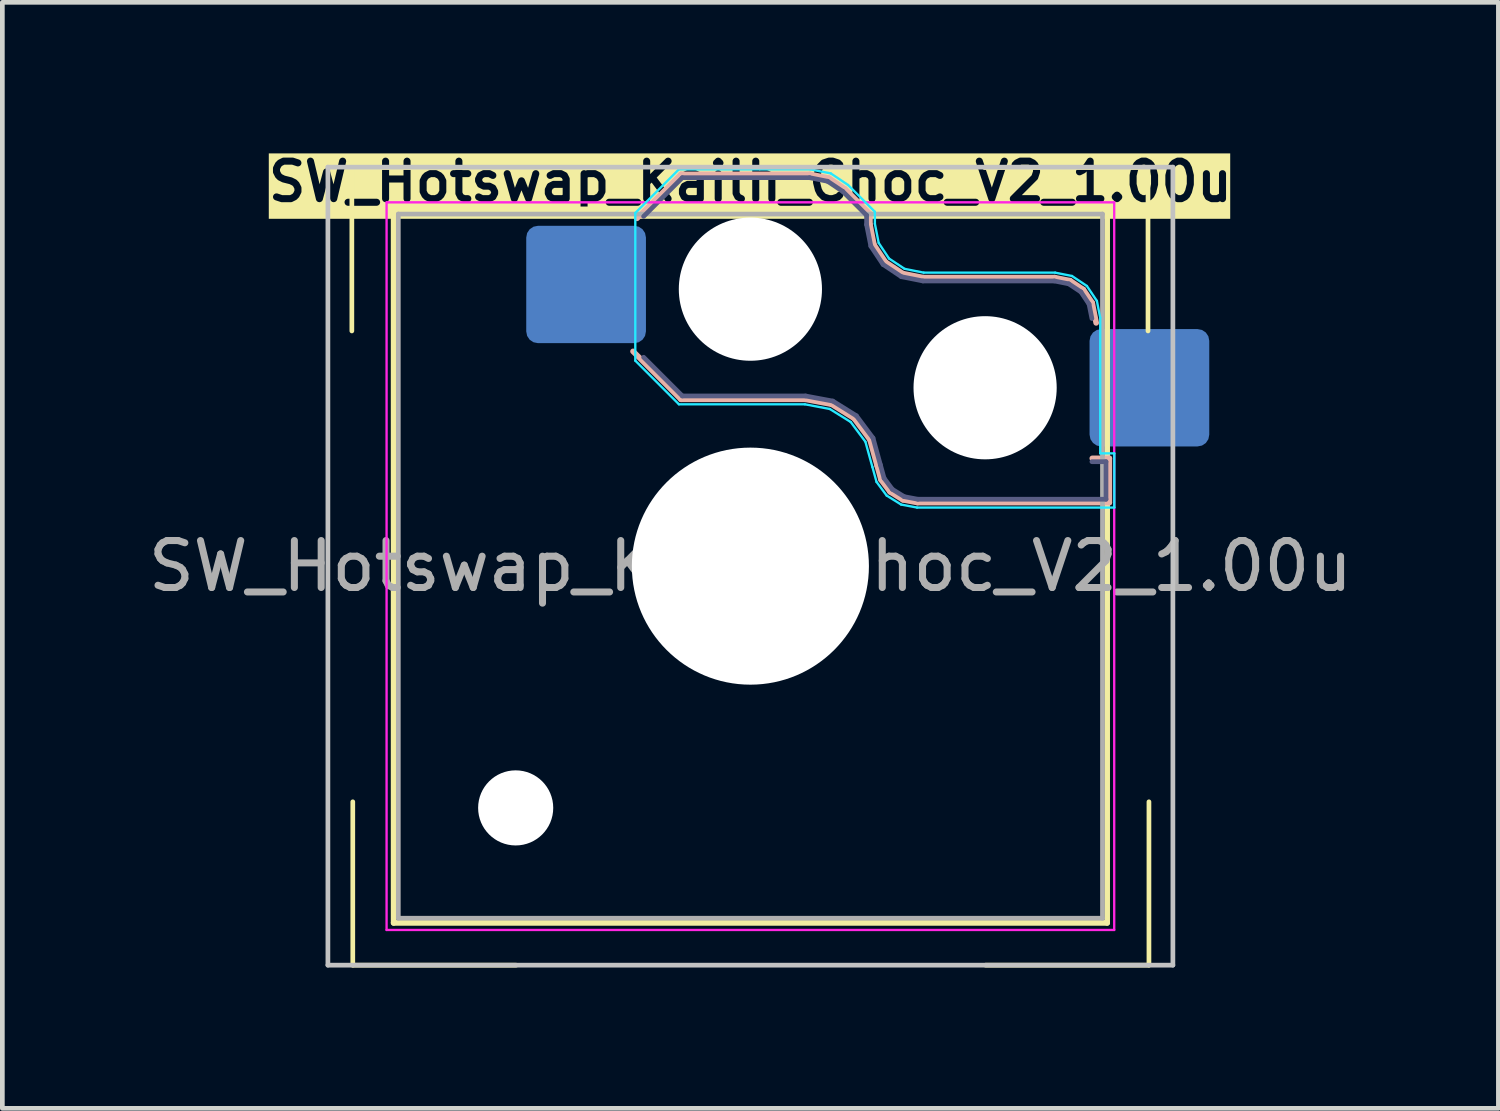
<source format=kicad_pcb>
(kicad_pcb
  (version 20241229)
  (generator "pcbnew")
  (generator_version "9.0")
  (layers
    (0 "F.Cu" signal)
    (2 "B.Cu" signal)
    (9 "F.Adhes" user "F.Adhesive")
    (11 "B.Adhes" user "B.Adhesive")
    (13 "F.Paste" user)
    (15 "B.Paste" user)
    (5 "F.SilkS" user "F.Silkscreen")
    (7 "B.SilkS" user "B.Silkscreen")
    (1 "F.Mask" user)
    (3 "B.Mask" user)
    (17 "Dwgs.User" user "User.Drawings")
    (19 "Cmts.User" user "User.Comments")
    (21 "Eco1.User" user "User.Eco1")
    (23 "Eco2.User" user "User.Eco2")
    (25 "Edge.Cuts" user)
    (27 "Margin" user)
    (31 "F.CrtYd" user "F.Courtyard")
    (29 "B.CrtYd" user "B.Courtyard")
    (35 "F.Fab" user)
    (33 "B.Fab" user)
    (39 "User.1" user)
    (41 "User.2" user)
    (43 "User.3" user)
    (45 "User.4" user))
  (footprint "SW_Hotswap_Kailh_Choc_V2_1.00u"
    (layer "F.Cu")
    (at 12.935 9.01)
    (property "Reference" "SW_Hotswap_Kailh_Choc_V2_1.00u" (at 0 -8.19 0) (layer "F.SilkS" knockout) (effects (font (size 0.8 0.8) (thickness 0.15))))
    (attr smd)
    (fp_line (start -8.49 -8.49) (end -5.01 -8.49) (stroke (width 0.1) (type default)) (layer "F.SilkS"))
    (fp_line (start -8.49 -5.01) (end -8.49 -8.49) (stroke (width 0.1) (type default)) (layer "F.SilkS"))
    (fp_line (start -8.47 5.02) (end -8.47 8.5) (stroke (width 0.1) (type default)) (layer "F.SilkS"))
    (fp_line (start -8.47 8.5) (end -4.99 8.5) (stroke (width 0.1) (type default)) (layer "F.SilkS"))
    (fp_line (start -7.6 -7.6) (end -7.6 7.6) (stroke (width 0.12) (type solid)) (layer "F.SilkS"))
    (fp_line (start -7.6 7.6) (end 7.6 7.6) (stroke (width 0.12) (type solid)) (layer "F.SilkS"))
    (fp_line (start 7.6 -7.6) (end -7.6 -7.6) (stroke (width 0.12) (type solid)) (layer "F.SilkS"))
    (fp_line (start 7.6 7.6) (end 7.6 -7.6) (stroke (width 0.12) (type solid)) (layer "F.SilkS"))
    (fp_line (start 8.47 -8.49) (end 4.99 -8.49) (stroke (width 0.1) (type default)) (layer "F.SilkS"))
    (fp_line (start 8.47 -5.01) (end 8.47 -8.49) (stroke (width 0.1) (type default)) (layer "F.SilkS"))
    (fp_line (start 8.49 5.02) (end 8.49 8.5) (stroke (width 0.1) (type default)) (layer "F.SilkS"))
    (fp_line (start 8.49 8.5) (end 5.01 8.5) (stroke (width 0.1) (type default)) (layer "F.SilkS"))
    (fp_line (start -2.416 -7.409) (end -1.479 -8.346) (stroke (width 0.12) (type solid)) (layer "B.SilkS"))
    (fp_line (start -1.479 -8.346) (end 1.268 -8.346) (stroke (width 0.12) (type solid)) (layer "B.SilkS"))
    (fp_line (start -1.479 -3.554) (end -2.5 -4.575) (stroke (width 0.12) (type solid)) (layer "B.SilkS"))
    (fp_line (start 1.168 -3.554) (end -1.479 -3.554) (stroke (width 0.12) (type solid)) (layer "B.SilkS"))
    (fp_line (start 1.268 -8.346) (end 1.671 -8.266) (stroke (width 0.12) (type solid)) (layer "B.SilkS"))
    (fp_line (start 1.671 -8.266) (end 2.013 -8.037) (stroke (width 0.12) (type solid)) (layer "B.SilkS"))
    (fp_line (start 1.73 -3.449) (end 1.168 -3.554) (stroke (width 0.12) (type solid)) (layer "B.SilkS"))
    (fp_line (start 2.013 -8.037) (end 2.546 -7.504) (stroke (width 0.12) (type solid)) (layer "B.SilkS"))
    (fp_line (start 2.209 -3.15) (end 1.73 -3.449) (stroke (width 0.12) (type solid)) (layer "B.SilkS"))
    (fp_line (start 2.546 -7.504) (end 2.546 -7.282) (stroke (width 0.12) (type solid)) (layer "B.SilkS"))
    (fp_line (start 2.546 -7.282) (end 2.633 -6.844) (stroke (width 0.12) (type solid)) (layer "B.SilkS"))
    (fp_line (start 2.547 -2.697) (end 2.209 -3.15) (stroke (width 0.12) (type solid)) (layer "B.SilkS"))
    (fp_line (start 2.633 -6.844) (end 2.877 -6.477) (stroke (width 0.12) (type solid)) (layer "B.SilkS"))
    (fp_line (start 2.701 -2.139) (end 2.547 -2.697) (stroke (width 0.12) (type solid)) (layer "B.SilkS"))
    (fp_line (start 2.783 -1.841) (end 2.701 -2.139) (stroke (width 0.12) (type solid)) (layer "B.SilkS"))
    (fp_line (start 2.877 -6.477) (end 3.244 -6.233) (stroke (width 0.12) (type solid)) (layer "B.SilkS"))
    (fp_line (start 2.976 -1.583) (end 2.783 -1.841) (stroke (width 0.12) (type solid)) (layer "B.SilkS"))
    (fp_line (start 3.244 -6.233) (end 3.682 -6.146) (stroke (width 0.12) (type solid)) (layer "B.SilkS"))
    (fp_line (start 3.25 -1.413) (end 2.976 -1.583) (stroke (width 0.12) (type solid)) (layer "B.SilkS"))
    (fp_line (start 3.56 -1.354) (end 3.25 -1.413) (stroke (width 0.12) (type solid)) (layer "B.SilkS"))
    (fp_line (start 3.682 -6.146) (end 6.482 -6.146) (stroke (width 0.12) (type solid)) (layer "B.SilkS"))
    (fp_line (start 6.482 -6.146) (end 6.809 -6.081) (stroke (width 0.12) (type solid)) (layer "B.SilkS"))
    (fp_line (start 6.809 -6.081) (end 7.092 -5.892) (stroke (width 0.12) (type solid)) (layer "B.SilkS"))
    (fp_line (start 7.092 -5.892) (end 7.281 -5.609) (stroke (width 0.12) (type solid)) (layer "B.SilkS"))
    (fp_line (start 7.281 -5.609) (end 7.366 -5.182) (stroke (width 0.12) (type solid)) (layer "B.SilkS"))
    (fp_line (start 7.283 -2.296) (end 7.646 -2.296) (stroke (width 0.12) (type solid)) (layer "B.SilkS"))
    (fp_line (start 7.646 -2.296) (end 7.646 -1.354) (stroke (width 0.12) (type solid)) (layer "B.SilkS"))
    (fp_line (start 7.646 -1.354) (end 3.56 -1.354) (stroke (width 0.12) (type solid)) (layer "B.SilkS"))
    (fp_line (start -9 -8.5) (end -9 8.5) (stroke (width 0.1) (type solid)) (layer "Dwgs.User"))
    (fp_line (start -9 8.5) (end 9 8.5) (stroke (width 0.1) (type solid)) (layer "Dwgs.User"))
    (fp_line (start 9 -8.5) (end -9 -8.5) (stroke (width 0.1) (type solid)) (layer "Dwgs.User"))
    (fp_line (start 9 8.5) (end 9 -8.5) (stroke (width 0.1) (type solid)) (layer "Dwgs.User"))
    (fp_line (start -7.25 -7.25) (end -7.25 7.25) (stroke (width 0.1) (type solid)) (layer "Eco1.User"))
    (fp_line (start -7.25 7.25) (end 7.25 7.25) (stroke (width 0.1) (type solid)) (layer "Eco1.User"))
    (fp_line (start 7.25 -7.25) (end -7.25 -7.25) (stroke (width 0.1) (type solid)) (layer "Eco1.User"))
    (fp_line (start 7.25 7.25) (end 7.25 -7.25) (stroke (width 0.1) (type solid)) (layer "Eco1.User"))
    (fp_line (start -2.452 -7.523) (end -1.523 -8.452) (stroke (width 0.05) (type solid)) (layer "B.CrtYd"))
    (fp_line (start -2.452 -4.377) (end -2.452 -7.523) (stroke (width 0.05) (type solid)) (layer "B.CrtYd"))
    (fp_line (start -1.523 -8.452) (end 1.278 -8.452) (stroke (width 0.05) (type solid)) (layer "B.CrtYd"))
    (fp_line (start -1.523 -3.448) (end -2.452 -4.377) (stroke (width 0.05) (type solid)) (layer "B.CrtYd"))
    (fp_line (start 1.159 -3.448) (end -1.523 -3.448) (stroke (width 0.05) (type solid)) (layer "B.CrtYd"))
    (fp_line (start 1.278 -8.452) (end 1.712 -8.366) (stroke (width 0.05) (type solid)) (layer "B.CrtYd"))
    (fp_line (start 1.691 -3.348) (end 1.159 -3.448) (stroke (width 0.05) (type solid)) (layer "B.CrtYd"))
    (fp_line (start 1.712 -8.366) (end 2.081 -8.119) (stroke (width 0.05) (type solid)) (layer "B.CrtYd"))
    (fp_line (start 2.081 -8.119) (end 2.652 -7.548) (stroke (width 0.05) (type solid)) (layer "B.CrtYd"))
    (fp_line (start 2.136 -3.071) (end 1.691 -3.348) (stroke (width 0.05) (type solid)) (layer "B.CrtYd"))
    (fp_line (start 2.45 -2.65) (end 2.136 -3.071) (stroke (width 0.05) (type solid)) (layer "B.CrtYd"))
    (fp_line (start 2.599 -2.111) (end 2.45 -2.65) (stroke (width 0.05) (type solid)) (layer "B.CrtYd"))
    (fp_line (start 2.652 -7.548) (end 2.652 -7.292) (stroke (width 0.05) (type solid)) (layer "B.CrtYd"))
    (fp_line (start 2.652 -7.292) (end 2.733 -6.885) (stroke (width 0.05) (type solid)) (layer "B.CrtYd"))
    (fp_line (start 2.687 -1.794) (end 2.599 -2.111) (stroke (width 0.05) (type solid)) (layer "B.CrtYd"))
    (fp_line (start 2.733 -6.885) (end 2.953 -6.553) (stroke (width 0.05) (type solid)) (layer "B.CrtYd"))
    (fp_line (start 2.903 -1.503) (end 2.687 -1.794) (stroke (width 0.05) (type solid)) (layer "B.CrtYd"))
    (fp_line (start 2.953 -6.553) (end 3.285 -6.333) (stroke (width 0.05) (type solid)) (layer "B.CrtYd"))
    (fp_line (start 3.211 -1.312) (end 2.903 -1.503) (stroke (width 0.05) (type solid)) (layer "B.CrtYd"))
    (fp_line (start 3.285 -6.333) (end 3.692 -6.252) (stroke (width 0.05) (type solid)) (layer "B.CrtYd"))
    (fp_line (start 3.55 -1.248) (end 3.211 -1.312) (stroke (width 0.05) (type solid)) (layer "B.CrtYd"))
    (fp_line (start 3.692 -6.252) (end 6.492 -6.252) (stroke (width 0.05) (type solid)) (layer "B.CrtYd"))
    (fp_line (start 6.492 -6.252) (end 6.85 -6.181) (stroke (width 0.05) (type solid)) (layer "B.CrtYd"))
    (fp_line (start 6.85 -6.181) (end 7.168 -5.968) (stroke (width 0.05) (type solid)) (layer "B.CrtYd"))
    (fp_line (start 7.168 -5.968) (end 7.381 -5.65) (stroke (width 0.05) (type solid)) (layer "B.CrtYd"))
    (fp_line (start 7.381 -5.65) (end 7.452 -5.292) (stroke (width 0.05) (type solid)) (layer "B.CrtYd"))
    (fp_line (start 7.452 -5.292) (end 7.452 -2.402) (stroke (width 0.05) (type solid)) (layer "B.CrtYd"))
    (fp_line (start 7.452 -2.402) (end 7.752 -2.402) (stroke (width 0.05) (type solid)) (layer "B.CrtYd"))
    (fp_line (start 7.752 -2.402) (end 7.752 -1.248) (stroke (width 0.05) (type solid)) (layer "B.CrtYd"))
    (fp_line (start 7.752 -1.248) (end 3.55 -1.248) (stroke (width 0.05) (type solid)) (layer "B.CrtYd"))
    (fp_line (start -7.75 -7.75) (end -7.75 7.75) (stroke (width 0.05) (type solid)) (layer "F.CrtYd"))
    (fp_line (start -7.75 7.75) (end 7.75 7.75) (stroke (width 0.05) (type solid)) (layer "F.CrtYd"))
    (fp_line (start 7.75 -7.75) (end -7.75 -7.75) (stroke (width 0.05) (type solid)) (layer "F.CrtYd"))
    (fp_line (start 7.75 7.75) (end 7.75 -7.75) (stroke (width 0.05) (type solid)) (layer "F.CrtYd"))
    (fp_line (start -2.275 -7.45) (end -1.45 -8.275) (stroke (width 0.1) (type solid)) (layer "B.Fab"))
    (fp_line (start -1.45 -8.275) (end 1.261 -8.275) (stroke (width 0.1) (type solid)) (layer "B.Fab"))
    (fp_line (start -1.45 -3.625) (end -2.275 -4.45) (stroke (width 0.1) (type solid)) (layer "B.Fab"))
    (fp_line (start 1.175 -3.625) (end -1.45 -3.625) (stroke (width 0.1) (type solid)) (layer "B.Fab"))
    (fp_line (start 1.261 -8.275) (end 1.643 -8.199) (stroke (width 0.1) (type solid)) (layer "B.Fab"))
    (fp_line (start 1.643 -8.199) (end 1.968 -7.982) (stroke (width 0.1) (type solid)) (layer "B.Fab"))
    (fp_line (start 1.756 -3.516) (end 1.175 -3.625) (stroke (width 0.1) (type solid)) (layer "B.Fab"))
    (fp_line (start 1.968 -7.982) (end 2.475 -7.475) (stroke (width 0.1) (type solid)) (layer "B.Fab"))
    (fp_line (start 2.258 -3.203) (end 1.756 -3.516) (stroke (width 0.1) (type solid)) (layer "B.Fab"))
    (fp_line (start 2.475 -7.475) (end 2.475 -7.275) (stroke (width 0.1) (type solid)) (layer "B.Fab"))
    (fp_line (start 2.475 -7.275) (end 2.566 -6.816) (stroke (width 0.1) (type solid)) (layer "B.Fab"))
    (fp_line (start 2.566 -6.816) (end 2.826 -6.426) (stroke (width 0.1) (type solid)) (layer "B.Fab"))
    (fp_line (start 2.612 -2.729) (end 2.258 -3.203) (stroke (width 0.1) (type solid)) (layer "B.Fab"))
    (fp_line (start 2.769 -2.158) (end 2.612 -2.729) (stroke (width 0.1) (type solid)) (layer "B.Fab"))
    (fp_line (start 2.826 -6.426) (end 3.216 -6.166) (stroke (width 0.1) (type solid)) (layer "B.Fab"))
    (fp_line (start 2.848 -1.873) (end 2.769 -2.158) (stroke (width 0.1) (type solid)) (layer "B.Fab"))
    (fp_line (start 3.025 -1.636) (end 2.848 -1.873) (stroke (width 0.1) (type solid)) (layer "B.Fab"))
    (fp_line (start 3.216 -6.166) (end 3.675 -6.075) (stroke (width 0.1) (type solid)) (layer "B.Fab"))
    (fp_line (start 3.276 -1.48) (end 3.025 -1.636) (stroke (width 0.1) (type solid)) (layer "B.Fab"))
    (fp_line (start 3.567 -1.425) (end 3.276 -1.48) (stroke (width 0.1) (type solid)) (layer "B.Fab"))
    (fp_line (start 3.675 -6.075) (end 6.475 -6.075) (stroke (width 0.1) (type solid)) (layer "B.Fab"))
    (fp_line (start 6.475 -6.075) (end 6.781 -6.014) (stroke (width 0.1) (type solid)) (layer "B.Fab"))
    (fp_line (start 6.781 -6.014) (end 7.041 -5.841) (stroke (width 0.1) (type solid)) (layer "B.Fab"))
    (fp_line (start 7.041 -5.841) (end 7.214 -5.581) (stroke (width 0.1) (type solid)) (layer "B.Fab"))
    (fp_line (start 7.214 -5.581) (end 7.275 -5.275) (stroke (width 0.1) (type solid)) (layer "B.Fab"))
    (fp_line (start 7.275 -2.225) (end 7.575 -2.225) (stroke (width 0.1) (type solid)) (layer "B.Fab"))
    (fp_line (start 7.575 -2.225) (end 7.575 -1.425) (stroke (width 0.1) (type solid)) (layer "B.Fab"))
    (fp_line (start 7.575 -1.425) (end 3.567 -1.425) (stroke (width 0.1) (type solid)) (layer "B.Fab"))
    (fp_line (start -7.5 -7.5) (end -7.5 7.5) (stroke (width 0.1) (type solid)) (layer "F.Fab"))
    (fp_line (start -7.5 7.5) (end 7.5 7.5) (stroke (width 0.1) (type solid)) (layer "F.Fab"))
    (fp_line (start 7.5 -7.5) (end -7.5 -7.5) (stroke (width 0.1) (type solid)) (layer "F.Fab"))
    (fp_line (start 7.5 7.5) (end 7.5 -7.5) (stroke (width 0.1) (type solid)) (layer "F.Fab"))
    (fp_text user "${REFERENCE}" (at 0 0 0) (layer "F.Fab") (effects (font (size 1 1) (thickness 0.15))))
    (pad "" np_thru_hole circle (at -5 5.15) (size 1.6 1.6) (drill 1.6) (layers "*.Cu" "*.Mask"))
    (pad "" np_thru_hole circle (at 0 -5.9) (size 3.05 3.05) (drill 3.05) (layers "*.Cu" "*.Mask"))
    (pad "" np_thru_hole circle (at 0 0) (size 5.05 5.05) (drill 5.05) (layers "*.Cu" "*.Mask"))
    (pad "" np_thru_hole circle (at 5 -3.8) (size 3.05 3.05) (drill 3.05) (layers "*.Cu" "*.Mask"))
    (pad "1" smd roundrect (at -3.5 -6) (size 2.55 2.5) (layers "B.Cu" "B.Mask" "B.Paste") (roundrect_rratio 0.1))
    (pad "2" smd roundrect (at 8.5 -3.8) (size 2.55 2.5) (layers "B.Cu" "B.Mask" "B.Paste") (roundrect_rratio 0.1)))
  (gr_rect
    (start -3 -3)
    (end 28.869 20.56)
    (stroke (width 0.1) (type default))
    (fill no)
    (layer "Edge.Cuts")))
</source>
